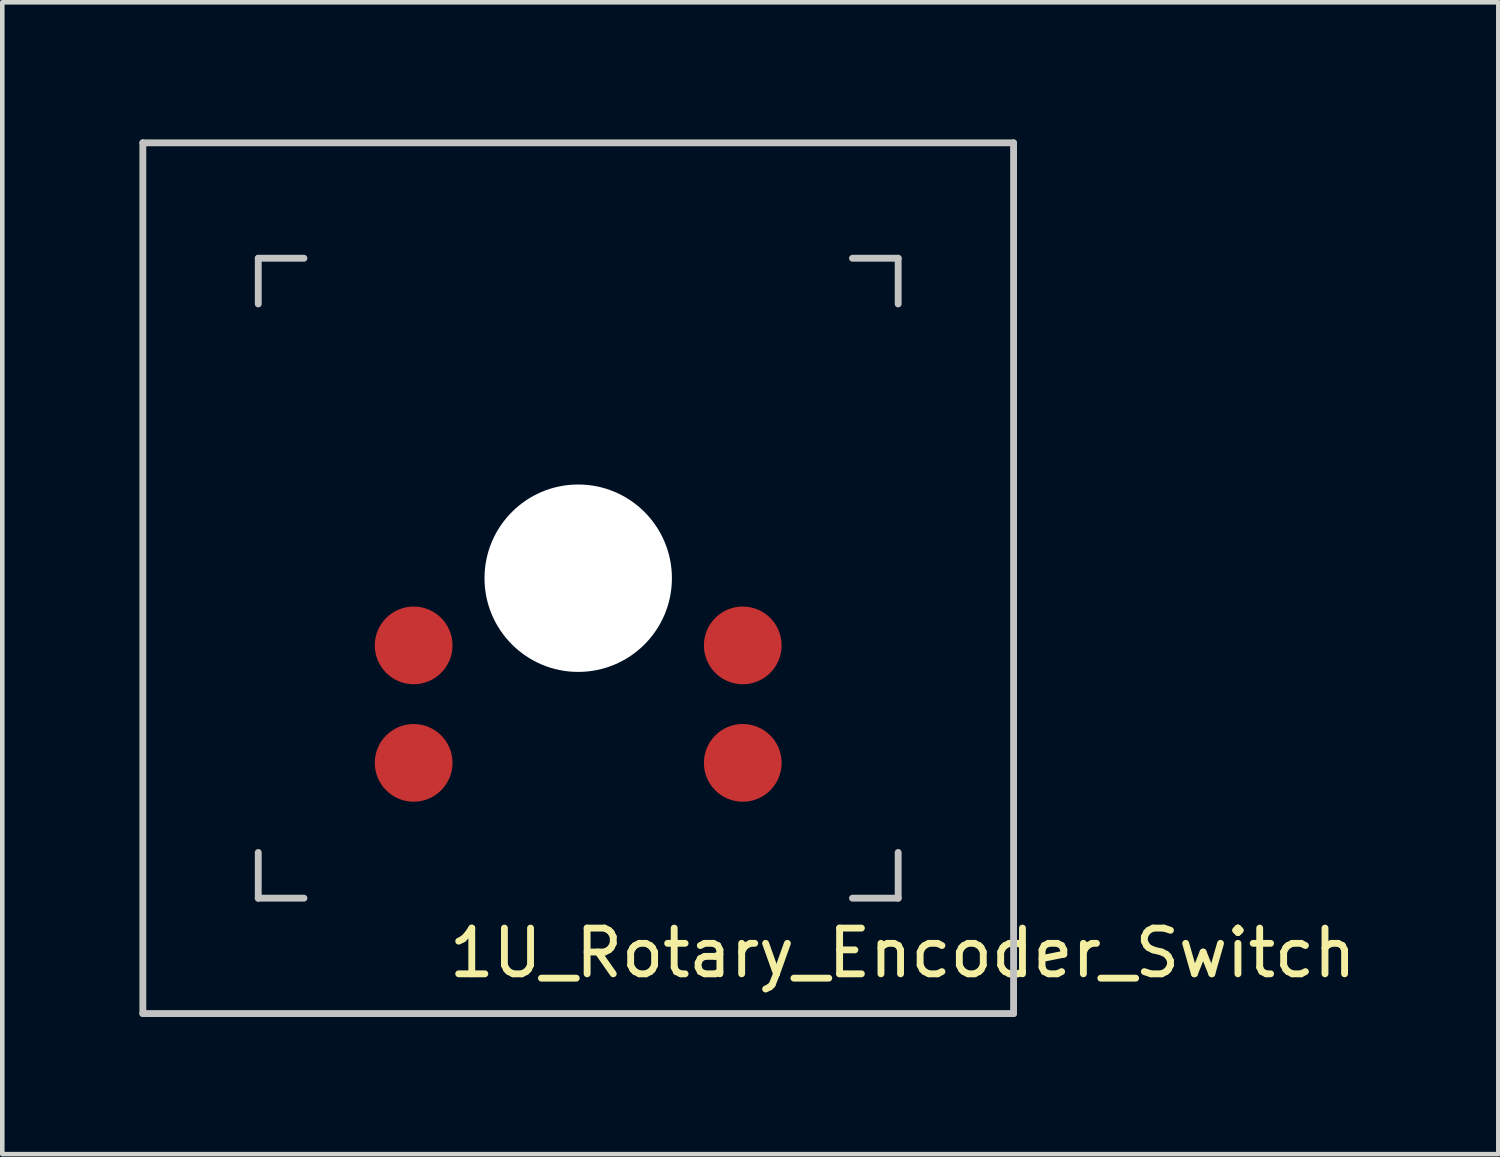
<source format=kicad_pcb>
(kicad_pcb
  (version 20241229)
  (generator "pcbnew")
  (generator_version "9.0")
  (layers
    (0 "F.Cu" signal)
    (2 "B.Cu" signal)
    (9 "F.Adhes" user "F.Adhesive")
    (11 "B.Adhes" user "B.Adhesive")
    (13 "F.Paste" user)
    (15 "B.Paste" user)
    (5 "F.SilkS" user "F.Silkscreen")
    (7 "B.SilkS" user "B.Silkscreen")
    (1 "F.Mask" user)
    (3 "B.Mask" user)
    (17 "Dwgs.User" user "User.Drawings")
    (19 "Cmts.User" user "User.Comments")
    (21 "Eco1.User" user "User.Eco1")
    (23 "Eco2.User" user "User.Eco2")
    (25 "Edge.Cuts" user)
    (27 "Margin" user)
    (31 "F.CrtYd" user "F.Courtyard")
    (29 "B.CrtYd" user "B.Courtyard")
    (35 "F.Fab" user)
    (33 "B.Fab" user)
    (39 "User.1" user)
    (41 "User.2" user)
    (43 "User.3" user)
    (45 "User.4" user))
  (footprint "1U_Rotary_Encoder_Switch"
    (layer "F.Cu")
    (at 9.6 9.6)
    (property "Reference" "1U_Rotary_Encoder_Switch" (at 7.1 8.2 0) (layer "F.SilkS") (effects (font (size 1 1) (thickness 0.15))))
    (attr through_hole)
    (fp_line (start -9.525 -9.525) (end 9.525 -9.525) (stroke (width 0.15) (type solid)) (layer "Dwgs.User"))
    (fp_line (start -9.525 9.525) (end -9.525 -9.525) (stroke (width 0.15) (type solid)) (layer "Dwgs.User"))
    (fp_line (start -7 -7) (end -6 -7) (stroke (width 0.15) (type solid)) (layer "Dwgs.User"))
    (fp_line (start -7 -6) (end -7 -7) (stroke (width 0.15) (type solid)) (layer "Dwgs.User"))
    (fp_line (start -7 6) (end -7 7) (stroke (width 0.15) (type solid)) (layer "Dwgs.User"))
    (fp_line (start -7 7) (end -6 7) (stroke (width 0.15) (type solid)) (layer "Dwgs.User"))
    (fp_line (start 6 7) (end 7 7) (stroke (width 0.15) (type solid)) (layer "Dwgs.User"))
    (fp_line (start 7 -7) (end 6 -7) (stroke (width 0.15) (type solid)) (layer "Dwgs.User"))
    (fp_line (start 7 -7) (end 7 -6) (stroke (width 0.15) (type solid)) (layer "Dwgs.User"))
    (fp_line (start 7 7) (end 7 6) (stroke (width 0.15) (type solid)) (layer "Dwgs.User"))
    (fp_line (start 9.525 -9.525) (end 9.525 9.525) (stroke (width 0.15) (type solid)) (layer "Dwgs.User"))
    (fp_line (start 9.525 9.525) (end -9.525 9.525) (stroke (width 0.15) (type solid)) (layer "Dwgs.User"))
    (pad "" np_thru_hole circle (at 0 0) (size 4.1 4.1) (drill 4.1) (layers "*.Cu" "*.Mask"))
    (pad "1" smd circle (at 3.6 4.04) (size 1.7 1.7) (layers "F.Cu" "F.Mask" "F.Paste"))
    (pad "2" smd circle (at 3.6 1.47) (size 1.7 1.7) (layers "F.Cu" "F.Mask" "F.Paste"))
    (pad "3" smd circle (at -3.6 4.04) (size 1.7 1.7) (layers "F.Cu" "F.Mask" "F.Paste"))
    (pad "4" smd circle (at -3.6 1.47) (size 1.7 1.7) (layers "F.Cu" "F.Mask" "F.Paste")))
  (gr_rect
    (start -3 -3)
    (end 29.73 22.2)
    (stroke (width 0.1) (type default))
    (fill no)
    (layer "Edge.Cuts")))
</source>
